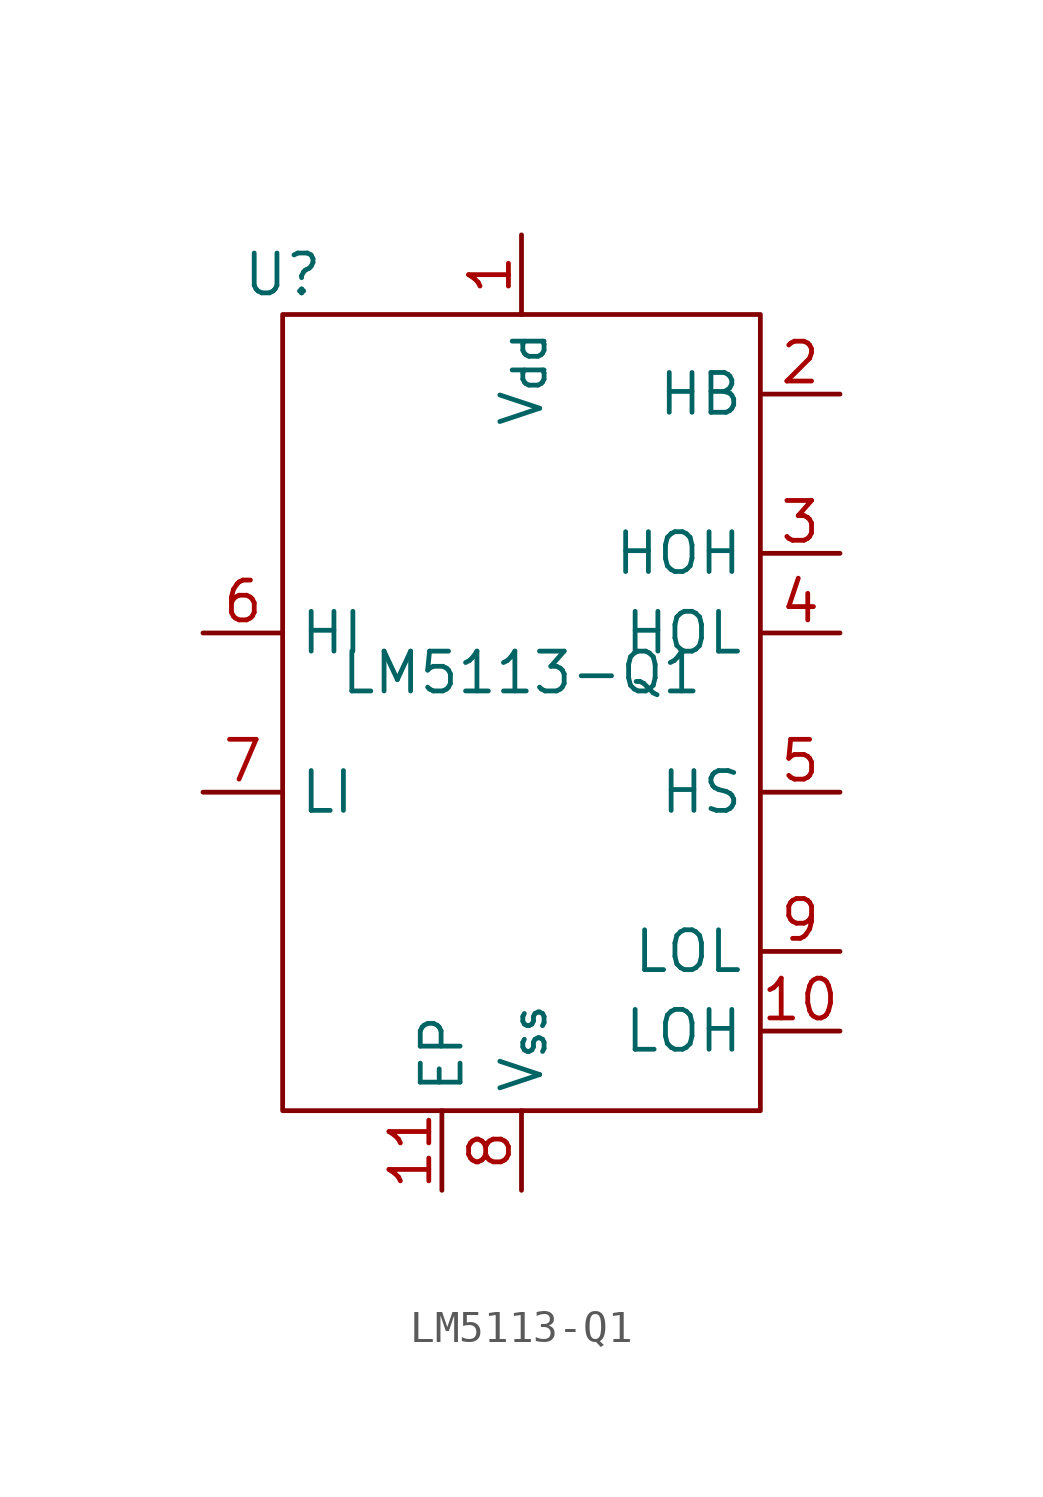
<source format=kicad_sym>
(kicad_symbol_lib
  (version 20220914)
  (generator kicad_symbol_editor)
  (symbol "LM5113-Q1"
    (property "Reference" "U"
      (at -7.62 13.97 0)
      (effects (font (size 1.27 1.27))))
    (property "Value" "LM5113-Q1"
      (at 0 1.27 0)
      (effects (font (size 1.27 1.27))))
    (symbol "LM5113-Q1_1_1"
      (rectangle (start -7.62 12.7) (end 7.62 -12.7) (stroke (width 0) (type default)) (fill (type none)))
      (pin power_in line (at 0 15.24 270) (length 2.54) (name "V_{dd}" (effects (font (size 1.27 1.27)))) (number "1" (effects (font (size 1.27 1.27)))))
      (pin output line (at 10.16 -10.16 180) (length 2.54) (name "LOH" (effects (font (size 1.27 1.27)))) (number "10" (effects (font (size 1.27 1.27)))))
      (pin output line (at -2.54 -15.24 90) (length 2.54) (name "EP" (effects (font (size 1.27 1.27)))) (number "11" (effects (font (size 1.27 1.27)))))
      (pin power_in line (at 10.16 10.16 180) (length 2.54) (name "HB" (effects (font (size 1.27 1.27)))) (number "2" (effects (font (size 1.27 1.27)))))
      (pin output line (at 10.16 5.08 180) (length 2.54) (name "HOH" (effects (font (size 1.27 1.27)))) (number "3" (effects (font (size 1.27 1.27)))))
      (pin output line (at 10.16 2.54 180) (length 2.54) (name "HOL" (effects (font (size 1.27 1.27)))) (number "4" (effects (font (size 1.27 1.27)))))
      (pin power_in line (at 10.16 -2.54 180) (length 2.54) (name "HS" (effects (font (size 1.27 1.27)))) (number "5" (effects (font (size 1.27 1.27)))))
      (pin input line (at -10.16 2.54 0) (length 2.54) (name "HI" (effects (font (size 1.27 1.27)))) (number "6" (effects (font (size 1.27 1.27)))))
      (pin input line (at -10.16 -2.54 0) (length 2.54) (name "LI" (effects (font (size 1.27 1.27)))) (number "7" (effects (font (size 1.27 1.27)))))
      (pin power_in line (at 0 -15.24 90) (length 2.54) (name "V_{ss}" (effects (font (size 1.27 1.27)))) (number "8" (effects (font (size 1.27 1.27)))))
      (pin output line (at 10.16 -7.62 180) (length 2.54) (name "LOL" (effects (font (size 1.27 1.27)))) (number "9" (effects (font (size 1.27 1.27))))))))
</source>
